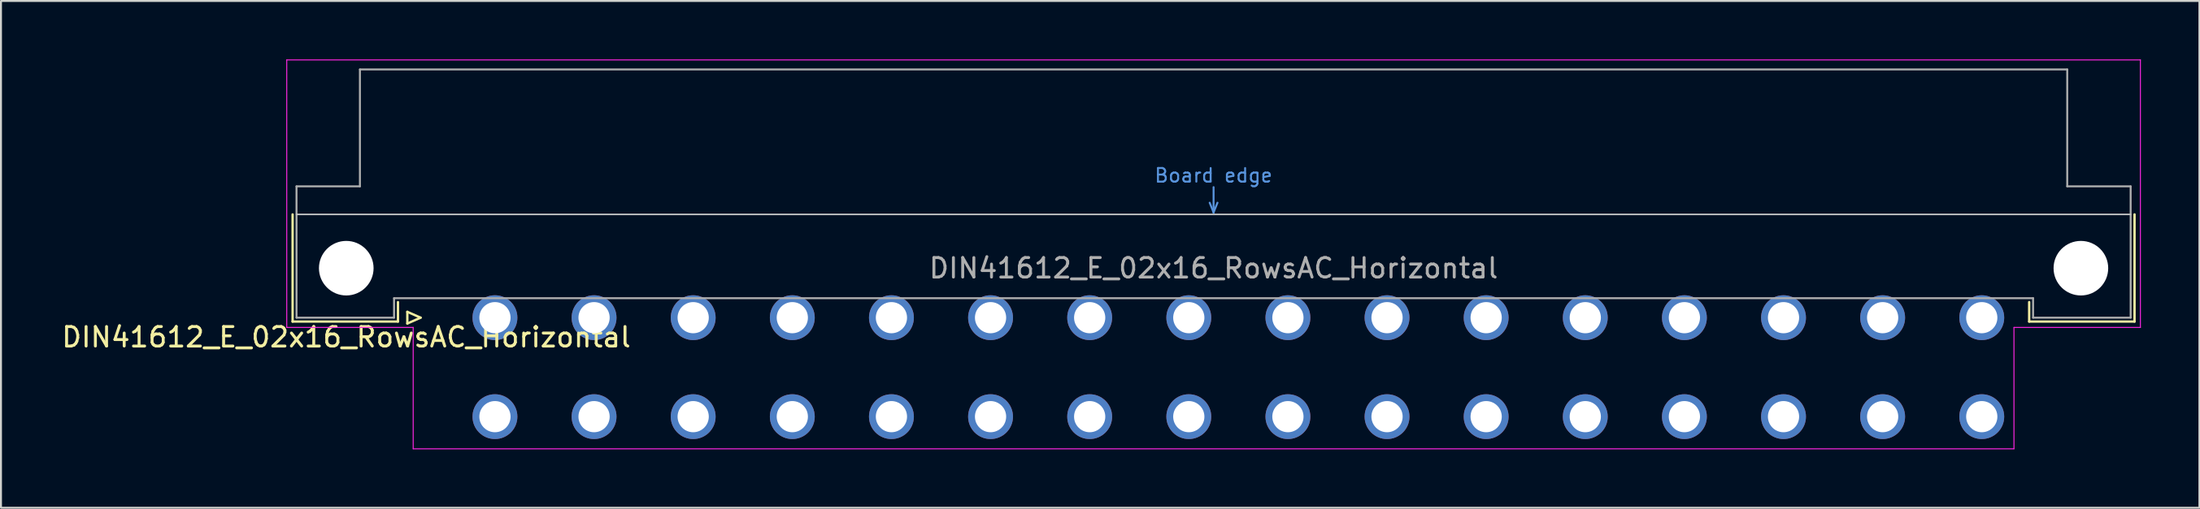
<source format=kicad_pcb>
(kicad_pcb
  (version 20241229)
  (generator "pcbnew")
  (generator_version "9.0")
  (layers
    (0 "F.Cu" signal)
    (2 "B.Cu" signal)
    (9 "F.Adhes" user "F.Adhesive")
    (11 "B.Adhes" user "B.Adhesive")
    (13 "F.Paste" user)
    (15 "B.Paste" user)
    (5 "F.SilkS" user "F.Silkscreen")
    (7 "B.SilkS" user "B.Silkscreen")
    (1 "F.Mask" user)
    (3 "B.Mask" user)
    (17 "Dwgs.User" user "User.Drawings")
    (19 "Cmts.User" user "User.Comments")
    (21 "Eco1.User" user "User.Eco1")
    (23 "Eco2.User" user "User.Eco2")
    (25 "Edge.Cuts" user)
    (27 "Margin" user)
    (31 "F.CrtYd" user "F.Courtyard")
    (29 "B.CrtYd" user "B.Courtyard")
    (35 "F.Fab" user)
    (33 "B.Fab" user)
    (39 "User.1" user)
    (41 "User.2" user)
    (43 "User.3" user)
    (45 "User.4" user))
  (footprint "DIN41612_E_02x16_RowsAC_Horizontal"
    (layer "F.Cu")
    (at 19.776 13.255)
    (property "Reference" "DIN41612_E_02x16_RowsAC_Horizontal" (at -5.08 1 0) (layer "F.SilkS") (effects (font (size 1 1) (thickness 0.15))))
    (attr through_hole)
    (fp_line (start -7.83 -5.3) (end -7.83 0.2) (stroke (width 0.12) (type solid)) (layer "F.SilkS"))
    (fp_line (start -7.83 0.2) (end -2.43 0.2) (stroke (width 0.12) (type solid)) (layer "F.SilkS"))
    (fp_line (start -2.43 0.2) (end -2.43 -0.8) (stroke (width 0.12) (type solid)) (layer "F.SilkS"))
    (fp_line (start -1.95 -0.3) (end -1.95 0.3) (stroke (width 0.12) (type solid)) (layer "F.SilkS"))
    (fp_line (start -1.95 0.3) (end -1.27 0) (stroke (width 0.12) (type solid)) (layer "F.SilkS"))
    (fp_line (start -1.27 0) (end -1.95 -0.3) (stroke (width 0.12) (type solid)) (layer "F.SilkS"))
    (fp_line (start 81.17 0.2) (end 81.17 -0.8) (stroke (width 0.12) (type solid)) (layer "F.SilkS"))
    (fp_line (start 86.57 -5.3) (end 86.57 0.2) (stroke (width 0.12) (type solid)) (layer "F.SilkS"))
    (fp_line (start 86.57 0.2) (end 81.17 0.2) (stroke (width 0.12) (type solid)) (layer "F.SilkS"))
    (fp_line (start -7.63 -5.3) (end 86.37 -5.3) (stroke (width 0.08) (type solid)) (layer "Dwgs.User"))
    (fp_line (start 39.17 -5.9) (end 39.37 -5.4) (stroke (width 0.1) (type solid)) (layer "Cmts.User"))
    (fp_line (start 39.37 -5.4) (end 39.37 -6.7) (stroke (width 0.1) (type solid)) (layer "Cmts.User"))
    (fp_line (start 39.37 -5.4) (end 39.57 -5.9) (stroke (width 0.1) (type solid)) (layer "Cmts.User"))
    (fp_line (start -8.13 -13.23) (end -8.13 0.5) (stroke (width 0.05) (type solid)) (layer "F.CrtYd"))
    (fp_line (start -8.13 0.5) (end -1.65 0.5) (stroke (width 0.05) (type solid)) (layer "F.CrtYd"))
    (fp_line (start -1.65 0.5) (end -1.65 6.73) (stroke (width 0.05) (type solid)) (layer "F.CrtYd"))
    (fp_line (start -1.65 6.73) (end 80.39 6.73) (stroke (width 0.05) (type solid)) (layer "F.CrtYd"))
    (fp_line (start 80.39 0.5) (end 86.87 0.5) (stroke (width 0.05) (type solid)) (layer "F.CrtYd"))
    (fp_line (start 80.39 6.73) (end 80.39 0.5) (stroke (width 0.05) (type solid)) (layer "F.CrtYd"))
    (fp_line (start 86.87 -13.23) (end -8.13 -13.23) (stroke (width 0.05) (type solid)) (layer "F.CrtYd"))
    (fp_line (start 86.87 0.5) (end 86.87 -13.23) (stroke (width 0.05) (type solid)) (layer "F.CrtYd"))
    (fp_line (start -7.63 -6.74) (end -7.63 0) (stroke (width 0.1) (type solid)) (layer "F.Fab"))
    (fp_line (start -7.63 0) (end -2.63 0) (stroke (width 0.1) (type solid)) (layer "F.Fab"))
    (fp_line (start -4.38 -12.74) (end -4.38 -6.74) (stroke (width 0.1) (type solid)) (layer "F.Fab"))
    (fp_line (start -4.38 -6.74) (end -7.63 -6.74) (stroke (width 0.1) (type solid)) (layer "F.Fab"))
    (fp_line (start -2.63 -1) (end 81.37 -1) (stroke (width 0.1) (type solid)) (layer "F.Fab"))
    (fp_line (start -2.63 0) (end -2.63 -1) (stroke (width 0.1) (type solid)) (layer "F.Fab"))
    (fp_line (start 81.37 -1) (end 81.37 0) (stroke (width 0.1) (type solid)) (layer "F.Fab"))
    (fp_line (start 81.37 0) (end 86.37 0) (stroke (width 0.1) (type solid)) (layer "F.Fab"))
    (fp_line (start 83.12 -12.74) (end -4.38 -12.74) (stroke (width 0.1) (type solid)) (layer "F.Fab"))
    (fp_line (start 83.12 -6.74) (end 83.12 -12.74) (stroke (width 0.1) (type solid)) (layer "F.Fab"))
    (fp_line (start 86.37 -6.74) (end 83.12 -6.74) (stroke (width 0.1) (type solid)) (layer "F.Fab"))
    (fp_line (start 86.37 0) (end 86.37 -6.74) (stroke (width 0.1) (type solid)) (layer "F.Fab"))
    (fp_text user "Board edge" (at 39.37 -7.3 0) (layer "Cmts.User") (effects (font (size 0.7 0.7) (thickness 0.1))))
    (fp_text user "${REFERENCE}" (at 39.37 -2.54 0) (layer "F.Fab") (effects (font (size 1 1) (thickness 0.15))))
    (pad "" np_thru_hole circle (at -5.08 -2.54) (size 2.8 2.8) (drill 2.8) (layers "*.Cu" "*.Mask"))
    (pad "" np_thru_hole circle (at 83.82 -2.54) (size 2.8 2.8) (drill 2.8) (layers "*.Cu" "*.Mask"))
    (pad "a2" thru_hole circle (at 2.54 0) (size 2.3 2.3) (drill 1.6) (layers "*.Cu" "*.Mask"))
    (pad "a4" thru_hole circle (at 7.62 0) (size 2.3 2.3) (drill 1.6) (layers "*.Cu" "*.Mask"))
    (pad "a6" thru_hole circle (at 12.7 0) (size 2.3 2.3) (drill 1.6) (layers "*.Cu" "*.Mask"))
    (pad "a8" thru_hole circle (at 17.78 0) (size 2.3 2.3) (drill 1.6) (layers "*.Cu" "*.Mask"))
    (pad "a10" thru_hole circle (at 22.86 0) (size 2.3 2.3) (drill 1.6) (layers "*.Cu" "*.Mask"))
    (pad "a12" thru_hole circle (at 27.94 0) (size 2.3 2.3) (drill 1.6) (layers "*.Cu" "*.Mask"))
    (pad "a14" thru_hole circle (at 33.02 0) (size 2.3 2.3) (drill 1.6) (layers "*.Cu" "*.Mask"))
    (pad "a16" thru_hole circle (at 38.1 0) (size 2.3 2.3) (drill 1.6) (layers "*.Cu" "*.Mask"))
    (pad "a18" thru_hole circle (at 43.18 0) (size 2.3 2.3) (drill 1.6) (layers "*.Cu" "*.Mask"))
    (pad "a20" thru_hole circle (at 48.26 0) (size 2.3 2.3) (drill 1.6) (layers "*.Cu" "*.Mask"))
    (pad "a22" thru_hole circle (at 53.34 0) (size 2.3 2.3) (drill 1.6) (layers "*.Cu" "*.Mask"))
    (pad "a24" thru_hole circle (at 58.42 0) (size 2.3 2.3) (drill 1.6) (layers "*.Cu" "*.Mask"))
    (pad "a26" thru_hole circle (at 63.5 0) (size 2.3 2.3) (drill 1.6) (layers "*.Cu" "*.Mask"))
    (pad "a28" thru_hole circle (at 68.58 0) (size 2.3 2.3) (drill 1.6) (layers "*.Cu" "*.Mask"))
    (pad "a30" thru_hole circle (at 73.66 0) (size 2.3 2.3) (drill 1.6) (layers "*.Cu" "*.Mask"))
    (pad "a32" thru_hole circle (at 78.74 0) (size 2.3 2.3) (drill 1.6) (layers "*.Cu" "*.Mask"))
    (pad "c2" thru_hole circle (at 2.54 5.08) (size 2.3 2.3) (drill 1.6) (layers "*.Cu" "*.Mask"))
    (pad "c4" thru_hole circle (at 7.62 5.08) (size 2.3 2.3) (drill 1.6) (layers "*.Cu" "*.Mask"))
    (pad "c6" thru_hole circle (at 12.7 5.08) (size 2.3 2.3) (drill 1.6) (layers "*.Cu" "*.Mask"))
    (pad "c8" thru_hole circle (at 17.78 5.08) (size 2.3 2.3) (drill 1.6) (layers "*.Cu" "*.Mask"))
    (pad "c10" thru_hole circle (at 22.86 5.08) (size 2.3 2.3) (drill 1.6) (layers "*.Cu" "*.Mask"))
    (pad "c12" thru_hole circle (at 27.94 5.08) (size 2.3 2.3) (drill 1.6) (layers "*.Cu" "*.Mask"))
    (pad "c14" thru_hole circle (at 33.02 5.08) (size 2.3 2.3) (drill 1.6) (layers "*.Cu" "*.Mask"))
    (pad "c16" thru_hole circle (at 38.1 5.08) (size 2.3 2.3) (drill 1.6) (layers "*.Cu" "*.Mask"))
    (pad "c18" thru_hole circle (at 43.18 5.08) (size 2.3 2.3) (drill 1.6) (layers "*.Cu" "*.Mask"))
    (pad "c20" thru_hole circle (at 48.26 5.08) (size 2.3 2.3) (drill 1.6) (layers "*.Cu" "*.Mask"))
    (pad "c22" thru_hole circle (at 53.34 5.08) (size 2.3 2.3) (drill 1.6) (layers "*.Cu" "*.Mask"))
    (pad "c24" thru_hole circle (at 58.42 5.08) (size 2.3 2.3) (drill 1.6) (layers "*.Cu" "*.Mask"))
    (pad "c26" thru_hole circle (at 63.5 5.08) (size 2.3 2.3) (drill 1.6) (layers "*.Cu" "*.Mask"))
    (pad "c28" thru_hole circle (at 68.58 5.08) (size 2.3 2.3) (drill 1.6) (layers "*.Cu" "*.Mask"))
    (pad "c30" thru_hole circle (at 73.66 5.08) (size 2.3 2.3) (drill 1.6) (layers "*.Cu" "*.Mask"))
    (pad "c32" thru_hole circle (at 78.74 5.08) (size 2.3 2.3) (drill 1.6) (layers "*.Cu" "*.Mask")))
  (gr_rect
    (start -3 -3)
    (end 109.671 23.01)
    (stroke (width 0.1) (type default))
    (fill no)
    (layer "Edge.Cuts")))
</source>
